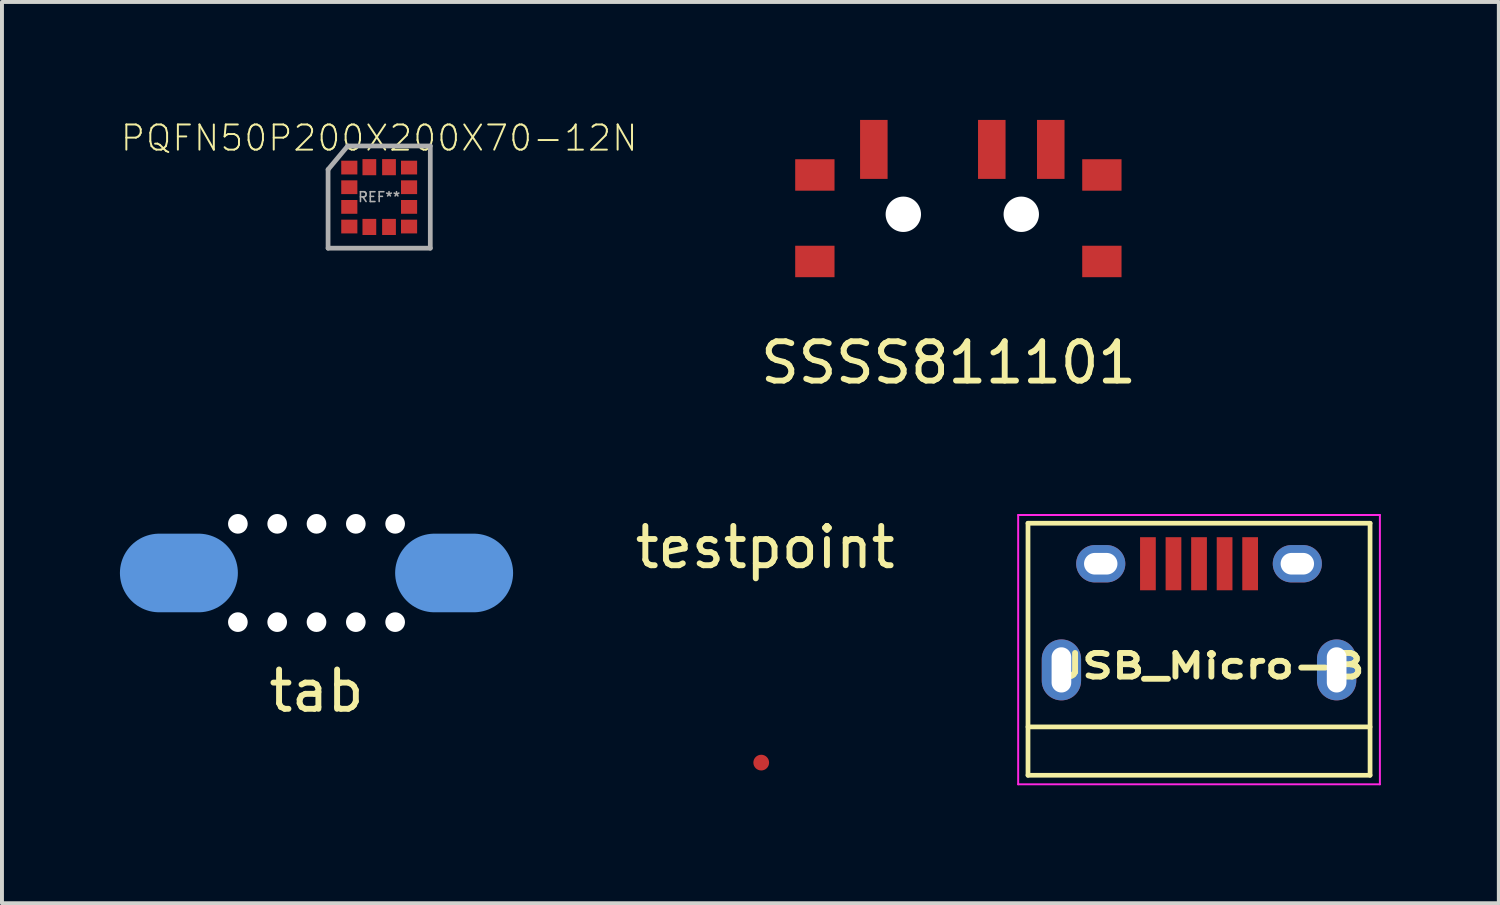
<source format=kicad_pcb>
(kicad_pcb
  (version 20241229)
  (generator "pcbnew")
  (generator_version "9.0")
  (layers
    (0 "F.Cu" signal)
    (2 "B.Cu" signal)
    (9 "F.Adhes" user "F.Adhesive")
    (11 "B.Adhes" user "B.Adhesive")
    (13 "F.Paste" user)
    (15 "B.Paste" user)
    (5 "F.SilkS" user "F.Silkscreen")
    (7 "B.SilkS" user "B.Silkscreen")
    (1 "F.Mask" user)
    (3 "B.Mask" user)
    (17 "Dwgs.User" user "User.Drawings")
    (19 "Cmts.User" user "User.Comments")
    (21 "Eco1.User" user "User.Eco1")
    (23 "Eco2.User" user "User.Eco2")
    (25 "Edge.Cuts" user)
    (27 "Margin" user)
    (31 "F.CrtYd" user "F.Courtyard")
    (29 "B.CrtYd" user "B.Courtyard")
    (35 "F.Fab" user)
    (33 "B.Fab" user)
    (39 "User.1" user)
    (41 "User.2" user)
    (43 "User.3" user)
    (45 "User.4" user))
  (footprint "USB_Micro-B"
    (layer "F.Cu")
    (at 27.446 12.638)
    (property "Reference" "USB_Micro-B" (at 0.2 1.25 0) (layer "F.SilkS") (effects (font (size 0.6 0.8) (thickness 0.15))))
    (attr smd)
    (fp_line (start -4.35 -2.38) (end 4.35 -2.38) (stroke (width 0.12) (type solid)) (layer "F.SilkS"))
    (fp_line (start -4.35 4.03) (end -4.35 -2.38) (stroke (width 0.12) (type solid)) (layer "F.SilkS"))
    (fp_line (start -4.35 4.03) (end 4.35 4.03) (stroke (width 0.12) (type solid)) (layer "F.SilkS"))
    (fp_line (start 4.35 -2.38) (end 4.35 4.03) (stroke (width 0.12) (type solid)) (layer "F.SilkS"))
    (fp_line (start 4.35 2.8) (end -4.35 2.8) (stroke (width 0.12) (type solid)) (layer "F.SilkS"))
    (fp_line (start -4.6 -2.59) (end 4.6 -2.59) (stroke (width 0.05) (type solid)) (layer "F.CrtYd"))
    (fp_line (start -4.6 4.26) (end -4.6 -2.59) (stroke (width 0.05) (type solid)) (layer "F.CrtYd"))
    (fp_line (start 4.6 -2.59) (end 4.6 4.26) (stroke (width 0.05) (type solid)) (layer "F.CrtYd"))
    (fp_line (start 4.6 4.26) (end -4.6 4.26) (stroke (width 0.05) (type solid)) (layer "F.CrtYd"))
    (pad "1" smd rect (at -1.3 -1.35 90) (size 1.35 0.4) (layers "F.Cu" "F.Mask" "F.Paste"))
    (pad "2" smd rect (at -0.65 -1.35 90) (size 1.35 0.4) (layers "F.Cu" "F.Mask" "F.Paste"))
    (pad "3" smd rect (at 0 -1.35 90) (size 1.35 0.4) (layers "F.Cu" "F.Mask" "F.Paste"))
    (pad "4" smd rect (at 0.65 -1.35 90) (size 1.35 0.4) (layers "F.Cu" "F.Mask" "F.Paste"))
    (pad "5" smd rect (at 1.3 -1.35 90) (size 1.35 0.4) (layers "F.Cu" "F.Mask" "F.Paste"))
    (pad "6" thru_hole oval (at -3.5 1.35 90) (size 1.55 1) (drill oval 1.15 0.5) (layers "*.Cu" "*.Mask"))
    (pad "6" thru_hole oval (at -2.5 -1.35 90) (size 0.95 1.25) (drill oval 0.55 0.85) (layers "*.Cu" "*.Mask"))
    (pad "6" thru_hole oval (at 2.5 -1.35 90) (size 0.95 1.25) (drill oval 0.55 0.85) (layers "*.Cu" "*.Mask"))
    (pad "6" thru_hole oval (at 3.5 1.35 90) (size 1.55 1) (drill oval 1.15 0.5) (layers "*.Cu" "*.Mask")))
  (footprint "tab"
    (layer "F.Cu")
    (at 5 11.523)
    (property "Reference" "tab" (at 0 3 0) (layer "F.SilkS") (effects (font (size 1 1) (thickness 0.15))))
    (attr through_hole)
    (fp_line (start -4 0) (end -3 0) (stroke (width 2) (type solid)) (layer "Cmts.User"))
    (fp_line (start 3 0) (end 4 0) (stroke (width 2) (type solid)) (layer "Cmts.User"))
    (pad "" np_thru_hole circle (at -2 -1.25) (size 0.5 0.5) (drill 0.5) (layers "*.Cu" "*.Mask"))
    (pad "" np_thru_hole circle (at -2 1.25) (size 0.5 0.5) (drill 0.5) (layers "*.Cu" "*.Mask"))
    (pad "" np_thru_hole circle (at -1 -1.25) (size 0.5 0.5) (drill 0.5) (layers "*.Cu" "*.Mask"))
    (pad "" np_thru_hole circle (at -1 1.25) (size 0.5 0.5) (drill 0.5) (layers "*.Cu" "*.Mask"))
    (pad "" np_thru_hole circle (at 0 -1.25) (size 0.5 0.5) (drill 0.5) (layers "*.Cu" "*.Mask"))
    (pad "" np_thru_hole circle (at 0 1.25) (size 0.5 0.5) (drill 0.5) (layers "*.Cu" "*.Mask"))
    (pad "" np_thru_hole circle (at 1 -1.25) (size 0.5 0.5) (drill 0.5) (layers "*.Cu" "*.Mask"))
    (pad "" np_thru_hole circle (at 1 1.25) (size 0.5 0.5) (drill 0.5) (layers "*.Cu" "*.Mask"))
    (pad "" np_thru_hole circle (at 2 -1.25) (size 0.5 0.5) (drill 0.5) (layers "*.Cu" "*.Mask"))
    (pad "" np_thru_hole circle (at 2 1.25) (size 0.5 0.5) (drill 0.5) (layers "*.Cu" "*.Mask")))
  (footprint "PQFN50P200X200X70-12N"
    (layer "F.Cu")
    (at 6.594 1.962)
    (property "Reference" "PQFN50P200X200X70-12N" (at 0 -1.5 0) (layer "F.SilkS") (effects (font (size 0.64 0.64) (thickness 0.05))))
    (attr smd)
    (fp_line (start -1.3 -0.7) (end -1.3 1.3) (stroke (width 0.12) (type solid)) (layer "F.Fab"))
    (fp_line (start -1.3 -0.7) (end -0.8 -1.3) (stroke (width 0.12) (type solid)) (layer "F.Fab"))
    (fp_line (start -1.3 1.3) (end 1.3 1.3) (stroke (width 0.12) (type solid)) (layer "F.Fab"))
    (fp_line (start 1.3 -1.3) (end -0.8 -1.3) (stroke (width 0.12) (type solid)) (layer "F.Fab"))
    (fp_line (start 1.3 1.3) (end 1.3 -1.3) (stroke (width 0.12) (type solid)) (layer "F.Fab"))
    (fp_text user "REF**" (at 0 0 0) (layer "F.Fab") (effects (font (size 0.25 0.25) (thickness 0.04))))
    (pad "1" smd rect (at -0.76 -0.75) (size 0.41 0.35) (layers "F.Cu" "F.Mask" "F.Paste"))
    (pad "2" smd rect (at -0.76 -0.25) (size 0.41 0.35) (layers "F.Cu" "F.Mask" "F.Paste"))
    (pad "3" smd rect (at -0.76 0.25) (size 0.41 0.35) (layers "F.Cu" "F.Mask" "F.Paste"))
    (pad "4" smd rect (at -0.76 0.75) (size 0.41 0.35) (layers "F.Cu" "F.Mask" "F.Paste"))
    (pad "5" smd rect (at -0.25 0.76 90) (size 0.41 0.35) (layers "F.Cu" "F.Mask" "F.Paste"))
    (pad "6" smd rect (at 0.25 0.76 90) (size 0.41 0.35) (layers "F.Cu" "F.Mask" "F.Paste"))
    (pad "7" smd rect (at 0.76 0.75) (size 0.41 0.35) (layers "F.Cu" "F.Mask" "F.Paste"))
    (pad "8" smd rect (at 0.76 0.25) (size 0.41 0.35) (layers "F.Cu" "F.Mask" "F.Paste"))
    (pad "9" smd rect (at 0.76 -0.25) (size 0.41 0.35) (layers "F.Cu" "F.Mask" "F.Paste"))
    (pad "10" smd rect (at 0.76 -0.75) (size 0.41 0.35) (layers "F.Cu" "F.Mask" "F.Paste"))
    (pad "11" smd rect (at 0.25 -0.76 90) (size 0.41 0.35) (layers "F.Cu" "F.Mask" "F.Paste"))
    (pad "12" smd rect (at -0.25 -0.76 90) (size 0.41 0.35) (layers "F.Cu" "F.Mask" "F.Paste")))
  (footprint "SSSS811101"
    (layer "F.Cu")
    (at 21.075 2.5)
    (property "Reference" "SSSS811101" (at 0 3.675 0) (layer "F.SilkS") (effects (font (size 1 1) (thickness 0.15))))
    (attr through_hole)
    (pad "" smd rect (at -3.4 -1.1) (size 1 0.8) (layers "F.Cu" "F.Mask" "F.Paste"))
    (pad "" smd rect (at -3.4 1.1) (size 1 0.8) (layers "F.Cu" "F.Mask" "F.Paste"))
    (pad "" np_thru_hole circle (at -1.15 -0.1) (size 0.9 0.9) (drill 0.9) (layers "*.Cu" "*.Mask"))
    (pad "" np_thru_hole circle (at 1.85 -0.1) (size 0.9 0.9) (drill 0.9) (layers "*.Cu" "*.Mask"))
    (pad "" smd rect (at 3.9 -1.1) (size 1 0.8) (layers "F.Cu" "F.Mask" "F.Paste"))
    (pad "" smd rect (at 3.9 1.1) (size 1 0.8) (layers "F.Cu" "F.Mask" "F.Paste"))
    (pad "1" smd rect (at -1.9 -1.75) (size 0.7 1.5) (layers "F.Cu" "F.Mask" "F.Paste"))
    (pad "2" smd rect (at 1.1 -1.75) (size 0.7 1.5) (layers "F.Cu" "F.Mask" "F.Paste"))
    (pad "3" smd rect (at 2.6 -1.75) (size 0.7 1.5) (layers "F.Cu" "F.Mask" "F.Paste")))
  (footprint "testpoint"
    (layer "F.Cu")
    (at 16.311 16.346)
    (property "Reference" "testpoint" (at 0.1 -5.475 0) (layer "F.SilkS") (effects (font (size 1 1) (thickness 0.15))))
    (attr through_hole)
    (pad "1" smd circle (at 0 0) (size 0.4 0.4) (layers "F.Cu" "F.Mask" "F.Paste")))
  (gr_rect
    (start -3 -3)
    (end 35.071 19.923)
    (stroke (width 0.1) (type default))
    (fill no)
    (layer "Edge.Cuts")))
</source>
